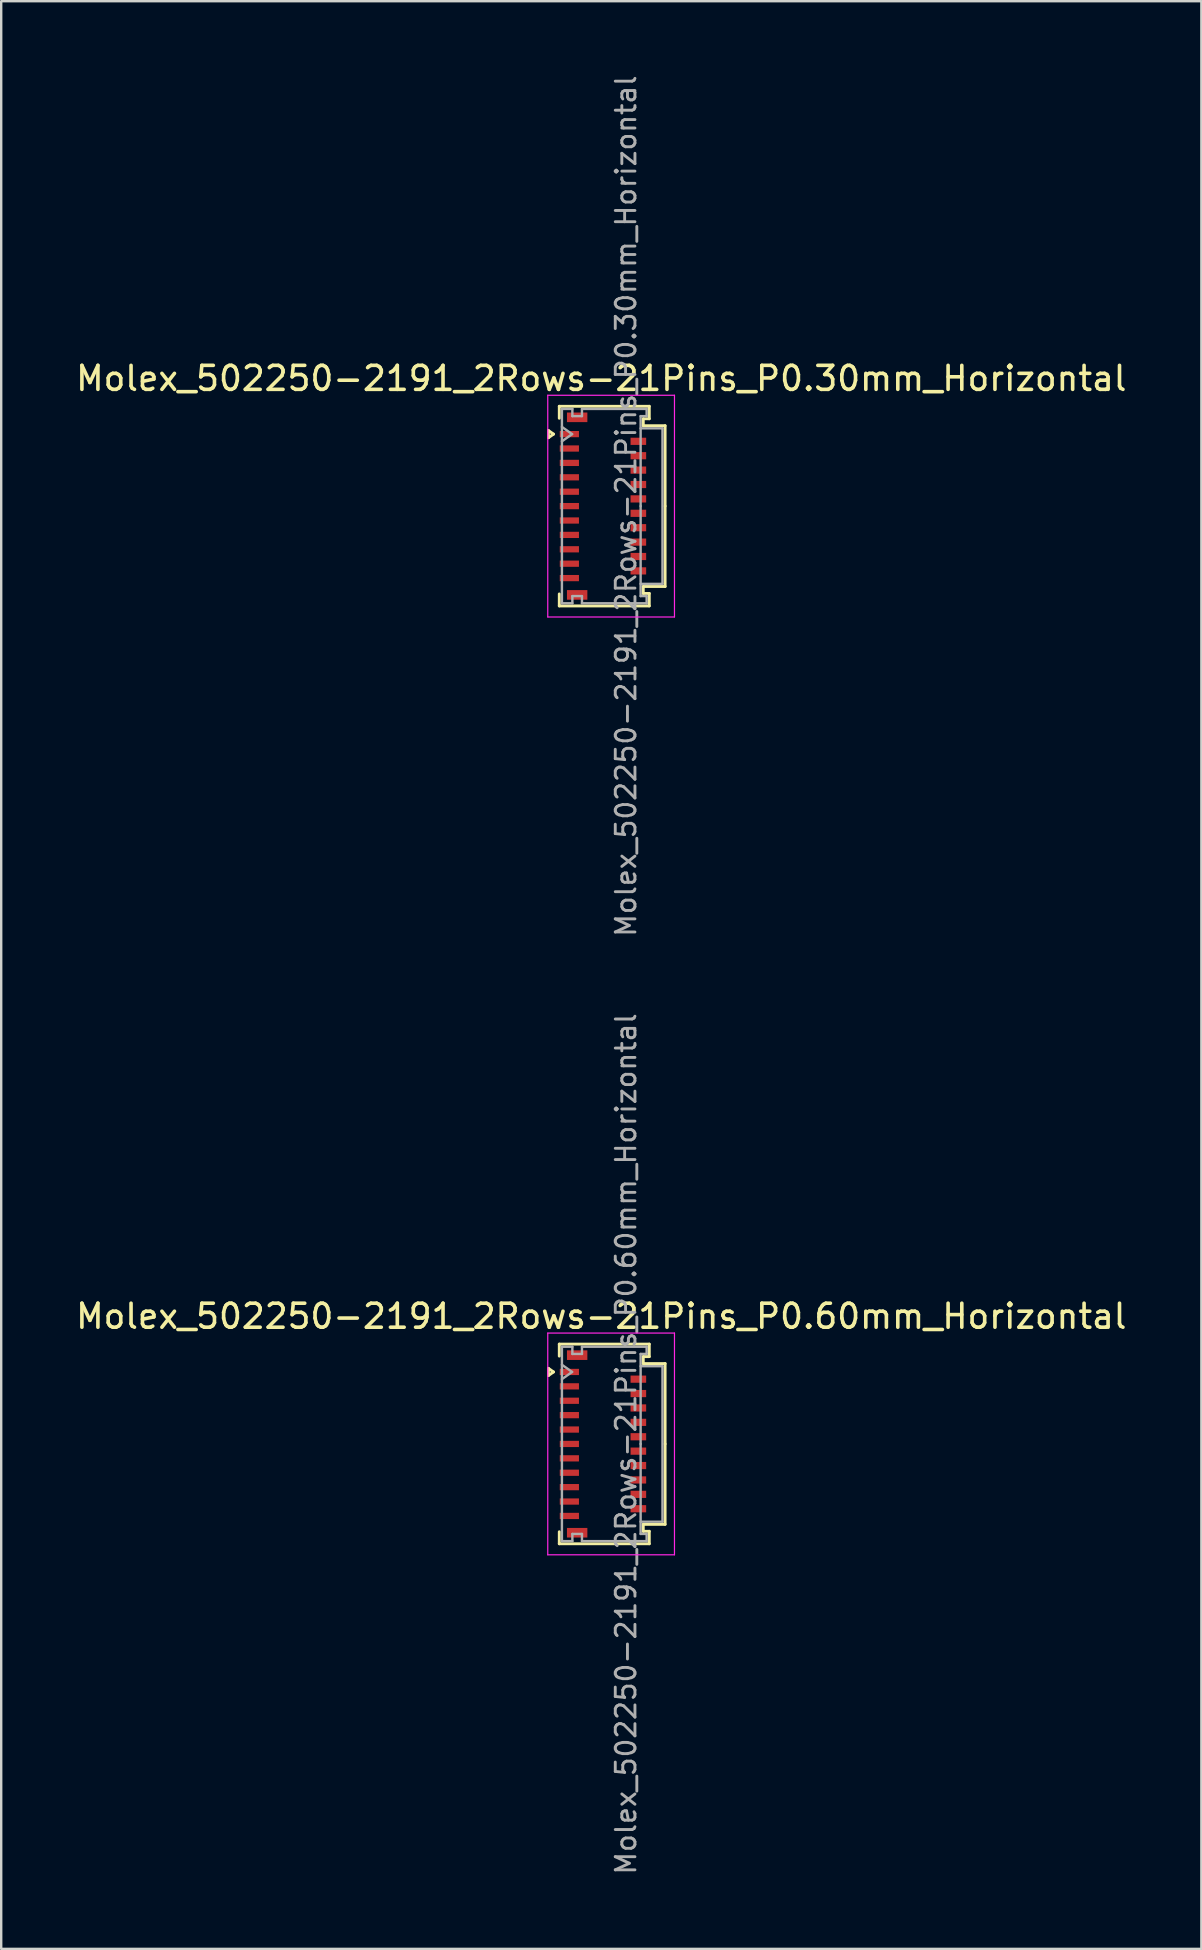
<source format=kicad_pcb>
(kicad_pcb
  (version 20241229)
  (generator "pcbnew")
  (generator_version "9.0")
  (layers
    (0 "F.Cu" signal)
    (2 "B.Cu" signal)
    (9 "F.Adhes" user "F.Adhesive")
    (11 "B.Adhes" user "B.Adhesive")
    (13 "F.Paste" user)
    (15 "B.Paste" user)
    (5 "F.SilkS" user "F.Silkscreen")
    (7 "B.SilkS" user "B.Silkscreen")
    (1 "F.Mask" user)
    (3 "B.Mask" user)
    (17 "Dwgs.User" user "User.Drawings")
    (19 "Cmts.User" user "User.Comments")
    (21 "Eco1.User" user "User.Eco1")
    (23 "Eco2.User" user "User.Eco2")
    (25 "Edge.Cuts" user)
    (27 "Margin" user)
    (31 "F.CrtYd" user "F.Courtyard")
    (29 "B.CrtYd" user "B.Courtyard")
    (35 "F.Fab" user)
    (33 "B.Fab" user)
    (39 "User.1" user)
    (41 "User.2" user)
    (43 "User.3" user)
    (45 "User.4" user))
  (footprint "Molex_502250-2191_2Rows-21Pins_P0.60mm_Horizontal"
    (layer "F.Cu")
    (at 22.076 57.121)
    (property "Reference" "Molex_502250-2191_2Rows-21Pins_P0.60mm_Horizontal" (at -0.07 -5.32 0) (layer "F.SilkS") (effects (font (size 1 1) (thickness 0.15))))
    (attr smd)
    (fp_line (start -2.272 -3.15) (end -2.06 -3) (stroke (width 0.12) (type solid)) (layer "F.SilkS"))
    (fp_line (start -2.272 -2.85) (end -2.272 -3.15) (stroke (width 0.12) (type solid)) (layer "F.SilkS"))
    (fp_line (start -2.06 -3) (end -2.272 -2.85) (stroke (width 0.12) (type solid)) (layer "F.SilkS"))
    (fp_line (start -1.82 -4.16) (end 1.93 -4.16) (stroke (width 0.12) (type solid)) (layer "F.SilkS"))
    (fp_line (start -1.82 -3.66) (end -1.82 -4.16) (stroke (width 0.12) (type solid)) (layer "F.SilkS"))
    (fp_line (start -1.82 3.66) (end -1.82 4.16) (stroke (width 0.12) (type solid)) (layer "F.SilkS"))
    (fp_line (start -1.82 4.16) (end 1.93 4.16) (stroke (width 0.12) (type solid)) (layer "F.SilkS"))
    (fp_line (start 1.68 -3.64) (end 1.68 -3.35) (stroke (width 0.12) (type solid)) (layer "F.SilkS"))
    (fp_line (start 1.68 -3.35) (end 2.59 -3.35) (stroke (width 0.12) (type solid)) (layer "F.SilkS"))
    (fp_line (start 1.68 3.35) (end 2.59 3.35) (stroke (width 0.12) (type solid)) (layer "F.SilkS"))
    (fp_line (start 1.68 3.64) (end 1.68 3.35) (stroke (width 0.12) (type solid)) (layer "F.SilkS"))
    (fp_line (start 1.93 -4.16) (end 1.93 -3.64) (stroke (width 0.12) (type solid)) (layer "F.SilkS"))
    (fp_line (start 1.93 -3.64) (end 1.68 -3.64) (stroke (width 0.12) (type solid)) (layer "F.SilkS"))
    (fp_line (start 1.93 3.64) (end 1.68 3.64) (stroke (width 0.12) (type solid)) (layer "F.SilkS"))
    (fp_line (start 1.93 4.16) (end 1.93 3.64) (stroke (width 0.12) (type solid)) (layer "F.SilkS"))
    (fp_line (start 2.59 -3.35) (end 2.59 0) (stroke (width 0.12) (type solid)) (layer "F.SilkS"))
    (fp_line (start 2.59 3.35) (end 2.59 0) (stroke (width 0.12) (type solid)) (layer "F.SilkS"))
    (fp_line (start -2.3 -4.62) (end -2.3 4.62) (stroke (width 0.05) (type solid)) (layer "F.CrtYd"))
    (fp_line (start -2.3 4.62) (end 2.98 4.62) (stroke (width 0.05) (type solid)) (layer "F.CrtYd"))
    (fp_line (start 2.98 -4.62) (end -2.3 -4.62) (stroke (width 0.05) (type solid)) (layer "F.CrtYd"))
    (fp_line (start 2.98 4.62) (end 2.98 -4.62) (stroke (width 0.05) (type solid)) (layer "F.CrtYd"))
    (fp_line (start -1.71 -4.05) (end -1.275 -4.05) (stroke (width 0.1) (type solid)) (layer "F.Fab"))
    (fp_line (start -1.71 -3.3) (end -1.286 -3) (stroke (width 0.1) (type solid)) (layer "F.Fab"))
    (fp_line (start -1.71 0) (end -1.71 -4.05) (stroke (width 0.1) (type solid)) (layer "F.Fab"))
    (fp_line (start -1.71 0) (end -1.71 4.05) (stroke (width 0.1) (type solid)) (layer "F.Fab"))
    (fp_line (start -1.71 4.05) (end -1.275 4.05) (stroke (width 0.1) (type solid)) (layer "F.Fab"))
    (fp_line (start -1.286 -3) (end -1.71 -2.7) (stroke (width 0.1) (type solid)) (layer "F.Fab"))
    (fp_line (start -1.275 -4.05) (end -1.275 -3.75) (stroke (width 0.1) (type solid)) (layer "F.Fab"))
    (fp_line (start -1.275 -3.75) (end -0.875 -3.75) (stroke (width 0.1) (type solid)) (layer "F.Fab"))
    (fp_line (start -1.275 3.75) (end -0.875 3.75) (stroke (width 0.1) (type solid)) (layer "F.Fab"))
    (fp_line (start -1.275 4.05) (end -1.275 3.75) (stroke (width 0.1) (type solid)) (layer "F.Fab"))
    (fp_line (start -0.875 -4.05) (end 1.82 -4.05) (stroke (width 0.1) (type solid)) (layer "F.Fab"))
    (fp_line (start -0.875 -3.75) (end -0.875 -4.05) (stroke (width 0.1) (type solid)) (layer "F.Fab"))
    (fp_line (start -0.875 3.75) (end -0.875 4.05) (stroke (width 0.1) (type solid)) (layer "F.Fab"))
    (fp_line (start -0.875 4.05) (end 1.82 4.05) (stroke (width 0.1) (type solid)) (layer "F.Fab"))
    (fp_line (start 1.57 -3.75) (end 1.57 0) (stroke (width 0.1) (type solid)) (layer "F.Fab"))
    (fp_line (start 1.57 -3.24) (end 2.48 -3.24) (stroke (width 0.1) (type solid)) (layer "F.Fab"))
    (fp_line (start 1.57 3.75) (end 1.57 0) (stroke (width 0.1) (type solid)) (layer "F.Fab"))
    (fp_line (start 1.82 -4.05) (end 1.82 -3.75) (stroke (width 0.1) (type solid)) (layer "F.Fab"))
    (fp_line (start 1.82 -3.75) (end 1.57 -3.75) (stroke (width 0.1) (type solid)) (layer "F.Fab"))
    (fp_line (start 1.82 3.75) (end 1.57 3.75) (stroke (width 0.1) (type solid)) (layer "F.Fab"))
    (fp_line (start 1.82 4.05) (end 1.82 3.75) (stroke (width 0.1) (type solid)) (layer "F.Fab"))
    (fp_line (start 2.48 -3.24) (end 2.48 3.24) (stroke (width 0.1) (type solid)) (layer "F.Fab"))
    (fp_line (start 2.48 3.24) (end 1.57 3.24) (stroke (width 0.1) (type solid)) (layer "F.Fab"))
    (fp_text user "${REFERENCE}" (at 0.96 0 90) (layer "F.Fab") (effects (font (size 0.82 0.82) (thickness 0.12))))
    (pad "" smd rect (at -1.075 -3.7) (size 0.85 0.4) (layers "F.Cu" "F.Mask" "F.Paste"))
    (pad "" smd rect (at -1.075 3.7) (size 0.85 0.4) (layers "F.Cu" "F.Mask" "F.Paste"))
    (pad "1" smd rect (at -1.4 -3) (size 0.8 0.26) (layers "F.Cu" "F.Mask" "F.Paste"))
    (pad "2" smd rect (at 1.475 -2.7) (size 0.65 0.3) (layers "F.Cu" "F.Mask" "F.Paste"))
    (pad "3" smd rect (at -1.4 -2.4) (size 0.8 0.26) (layers "F.Cu" "F.Mask" "F.Paste"))
    (pad "4" smd rect (at 1.475 -2.1) (size 0.65 0.3) (layers "F.Cu" "F.Mask" "F.Paste"))
    (pad "5" smd rect (at -1.4 -1.8) (size 0.8 0.26) (layers "F.Cu" "F.Mask" "F.Paste"))
    (pad "6" smd rect (at 1.475 -1.5) (size 0.65 0.3) (layers "F.Cu" "F.Mask" "F.Paste"))
    (pad "7" smd rect (at -1.4 -1.2) (size 0.8 0.26) (layers "F.Cu" "F.Mask" "F.Paste"))
    (pad "8" smd rect (at 1.475 -0.9) (size 0.65 0.3) (layers "F.Cu" "F.Mask" "F.Paste"))
    (pad "9" smd rect (at -1.4 -0.6) (size 0.8 0.26) (layers "F.Cu" "F.Mask" "F.Paste"))
    (pad "10" smd rect (at 1.475 -0.3) (size 0.65 0.3) (layers "F.Cu" "F.Mask" "F.Paste"))
    (pad "11" smd rect (at -1.4 0) (size 0.8 0.26) (layers "F.Cu" "F.Mask" "F.Paste"))
    (pad "12" smd rect (at 1.475 0.3) (size 0.65 0.3) (layers "F.Cu" "F.Mask" "F.Paste"))
    (pad "13" smd rect (at -1.4 0.6) (size 0.8 0.26) (layers "F.Cu" "F.Mask" "F.Paste"))
    (pad "14" smd rect (at 1.475 0.9) (size 0.65 0.3) (layers "F.Cu" "F.Mask" "F.Paste"))
    (pad "15" smd rect (at -1.4 1.2) (size 0.8 0.26) (layers "F.Cu" "F.Mask" "F.Paste"))
    (pad "16" smd rect (at 1.475 1.5) (size 0.65 0.3) (layers "F.Cu" "F.Mask" "F.Paste"))
    (pad "17" smd rect (at -1.4 1.8) (size 0.8 0.26) (layers "F.Cu" "F.Mask" "F.Paste"))
    (pad "18" smd rect (at 1.475 2.1) (size 0.65 0.3) (layers "F.Cu" "F.Mask" "F.Paste"))
    (pad "19" smd rect (at -1.4 2.4) (size 0.8 0.26) (layers "F.Cu" "F.Mask" "F.Paste"))
    (pad "20" smd rect (at 1.475 2.7) (size 0.65 0.3) (layers "F.Cu" "F.Mask" "F.Paste"))
    (pad "21" smd rect (at -1.4 3) (size 0.8 0.26) (layers "F.Cu" "F.Mask" "F.Paste")))
  (footprint "Molex_502250-2191_2Rows-21Pins_P0.30mm_Horizontal"
    (layer "F.Cu")
    (at 22.076 18.04)
    (property "Reference" "Molex_502250-2191_2Rows-21Pins_P0.30mm_Horizontal" (at -0.07 -5.32 0) (layer "F.SilkS") (effects (font (size 1 1) (thickness 0.15))))
    (attr smd)
    (fp_line (start -2.272 -3.15) (end -2.06 -3) (stroke (width 0.12) (type solid)) (layer "F.SilkS"))
    (fp_line (start -2.272 -2.85) (end -2.272 -3.15) (stroke (width 0.12) (type solid)) (layer "F.SilkS"))
    (fp_line (start -2.06 -3) (end -2.272 -2.85) (stroke (width 0.12) (type solid)) (layer "F.SilkS"))
    (fp_line (start -1.82 -4.16) (end 1.93 -4.16) (stroke (width 0.12) (type solid)) (layer "F.SilkS"))
    (fp_line (start -1.82 -3.66) (end -1.82 -4.16) (stroke (width 0.12) (type solid)) (layer "F.SilkS"))
    (fp_line (start -1.82 3.66) (end -1.82 4.16) (stroke (width 0.12) (type solid)) (layer "F.SilkS"))
    (fp_line (start -1.82 4.16) (end 1.93 4.16) (stroke (width 0.12) (type solid)) (layer "F.SilkS"))
    (fp_line (start 1.68 -3.64) (end 1.68 -3.35) (stroke (width 0.12) (type solid)) (layer "F.SilkS"))
    (fp_line (start 1.68 -3.35) (end 2.59 -3.35) (stroke (width 0.12) (type solid)) (layer "F.SilkS"))
    (fp_line (start 1.68 3.35) (end 2.59 3.35) (stroke (width 0.12) (type solid)) (layer "F.SilkS"))
    (fp_line (start 1.68 3.64) (end 1.68 3.35) (stroke (width 0.12) (type solid)) (layer "F.SilkS"))
    (fp_line (start 1.93 -4.16) (end 1.93 -3.64) (stroke (width 0.12) (type solid)) (layer "F.SilkS"))
    (fp_line (start 1.93 -3.64) (end 1.68 -3.64) (stroke (width 0.12) (type solid)) (layer "F.SilkS"))
    (fp_line (start 1.93 3.64) (end 1.68 3.64) (stroke (width 0.12) (type solid)) (layer "F.SilkS"))
    (fp_line (start 1.93 4.16) (end 1.93 3.64) (stroke (width 0.12) (type solid)) (layer "F.SilkS"))
    (fp_line (start 2.59 -3.35) (end 2.59 0) (stroke (width 0.12) (type solid)) (layer "F.SilkS"))
    (fp_line (start 2.59 3.35) (end 2.59 0) (stroke (width 0.12) (type solid)) (layer "F.SilkS"))
    (fp_line (start -2.3 -4.62) (end -2.3 4.62) (stroke (width 0.05) (type solid)) (layer "F.CrtYd"))
    (fp_line (start -2.3 4.62) (end 2.98 4.62) (stroke (width 0.05) (type solid)) (layer "F.CrtYd"))
    (fp_line (start 2.98 -4.62) (end -2.3 -4.62) (stroke (width 0.05) (type solid)) (layer "F.CrtYd"))
    (fp_line (start 2.98 4.62) (end 2.98 -4.62) (stroke (width 0.05) (type solid)) (layer "F.CrtYd"))
    (fp_line (start -1.71 -4.05) (end -1.275 -4.05) (stroke (width 0.1) (type solid)) (layer "F.Fab"))
    (fp_line (start -1.71 -3.3) (end -1.286 -3) (stroke (width 0.1) (type solid)) (layer "F.Fab"))
    (fp_line (start -1.71 0) (end -1.71 -4.05) (stroke (width 0.1) (type solid)) (layer "F.Fab"))
    (fp_line (start -1.71 0) (end -1.71 4.05) (stroke (width 0.1) (type solid)) (layer "F.Fab"))
    (fp_line (start -1.71 4.05) (end -1.275 4.05) (stroke (width 0.1) (type solid)) (layer "F.Fab"))
    (fp_line (start -1.286 -3) (end -1.71 -2.7) (stroke (width 0.1) (type solid)) (layer "F.Fab"))
    (fp_line (start -1.275 -4.05) (end -1.275 -3.75) (stroke (width 0.1) (type solid)) (layer "F.Fab"))
    (fp_line (start -1.275 -3.75) (end -0.875 -3.75) (stroke (width 0.1) (type solid)) (layer "F.Fab"))
    (fp_line (start -1.275 3.75) (end -0.875 3.75) (stroke (width 0.1) (type solid)) (layer "F.Fab"))
    (fp_line (start -1.275 4.05) (end -1.275 3.75) (stroke (width 0.1) (type solid)) (layer "F.Fab"))
    (fp_line (start -0.875 -4.05) (end 1.82 -4.05) (stroke (width 0.1) (type solid)) (layer "F.Fab"))
    (fp_line (start -0.875 -3.75) (end -0.875 -4.05) (stroke (width 0.1) (type solid)) (layer "F.Fab"))
    (fp_line (start -0.875 3.75) (end -0.875 4.05) (stroke (width 0.1) (type solid)) (layer "F.Fab"))
    (fp_line (start -0.875 4.05) (end 1.82 4.05) (stroke (width 0.1) (type solid)) (layer "F.Fab"))
    (fp_line (start 1.57 -3.75) (end 1.57 0) (stroke (width 0.1) (type solid)) (layer "F.Fab"))
    (fp_line (start 1.57 -3.24) (end 2.48 -3.24) (stroke (width 0.1) (type solid)) (layer "F.Fab"))
    (fp_line (start 1.57 3.75) (end 1.57 0) (stroke (width 0.1) (type solid)) (layer "F.Fab"))
    (fp_line (start 1.82 -4.05) (end 1.82 -3.75) (stroke (width 0.1) (type solid)) (layer "F.Fab"))
    (fp_line (start 1.82 -3.75) (end 1.57 -3.75) (stroke (width 0.1) (type solid)) (layer "F.Fab"))
    (fp_line (start 1.82 3.75) (end 1.57 3.75) (stroke (width 0.1) (type solid)) (layer "F.Fab"))
    (fp_line (start 1.82 4.05) (end 1.82 3.75) (stroke (width 0.1) (type solid)) (layer "F.Fab"))
    (fp_line (start 2.48 -3.24) (end 2.48 3.24) (stroke (width 0.1) (type solid)) (layer "F.Fab"))
    (fp_line (start 2.48 3.24) (end 1.57 3.24) (stroke (width 0.1) (type solid)) (layer "F.Fab"))
    (fp_text user "${REFERENCE}" (at 0.96 0 90) (layer "F.Fab") (effects (font (size 0.82 0.82) (thickness 0.12))))
    (pad "" smd rect (at -1.075 -3.7) (size 0.85 0.4) (layers "F.Cu" "F.Mask" "F.Paste"))
    (pad "" smd rect (at -1.075 3.7) (size 0.85 0.4) (layers "F.Cu" "F.Mask" "F.Paste"))
    (pad "1" smd rect (at -1.4 -3) (size 0.8 0.26) (layers "F.Cu" "F.Mask" "F.Paste"))
    (pad "2" smd rect (at 1.475 -2.7) (size 0.65 0.3) (layers "F.Cu" "F.Mask" "F.Paste"))
    (pad "3" smd rect (at -1.4 -2.4) (size 0.8 0.26) (layers "F.Cu" "F.Mask" "F.Paste"))
    (pad "4" smd rect (at 1.475 -2.1) (size 0.65 0.3) (layers "F.Cu" "F.Mask" "F.Paste"))
    (pad "5" smd rect (at -1.4 -1.8) (size 0.8 0.26) (layers "F.Cu" "F.Mask" "F.Paste"))
    (pad "6" smd rect (at 1.475 -1.5) (size 0.65 0.3) (layers "F.Cu" "F.Mask" "F.Paste"))
    (pad "7" smd rect (at -1.4 -1.2) (size 0.8 0.26) (layers "F.Cu" "F.Mask" "F.Paste"))
    (pad "8" smd rect (at 1.475 -0.9) (size 0.65 0.3) (layers "F.Cu" "F.Mask" "F.Paste"))
    (pad "9" smd rect (at -1.4 -0.6) (size 0.8 0.26) (layers "F.Cu" "F.Mask" "F.Paste"))
    (pad "10" smd rect (at 1.475 -0.3) (size 0.65 0.3) (layers "F.Cu" "F.Mask" "F.Paste"))
    (pad "11" smd rect (at -1.4 0) (size 0.8 0.26) (layers "F.Cu" "F.Mask" "F.Paste"))
    (pad "12" smd rect (at 1.475 0.3) (size 0.65 0.3) (layers "F.Cu" "F.Mask" "F.Paste"))
    (pad "13" smd rect (at -1.4 0.6) (size 0.8 0.26) (layers "F.Cu" "F.Mask" "F.Paste"))
    (pad "14" smd rect (at 1.475 0.9) (size 0.65 0.3) (layers "F.Cu" "F.Mask" "F.Paste"))
    (pad "15" smd rect (at -1.4 1.2) (size 0.8 0.26) (layers "F.Cu" "F.Mask" "F.Paste"))
    (pad "16" smd rect (at 1.475 1.5) (size 0.65 0.3) (layers "F.Cu" "F.Mask" "F.Paste"))
    (pad "17" smd rect (at -1.4 1.8) (size 0.8 0.26) (layers "F.Cu" "F.Mask" "F.Paste"))
    (pad "18" smd rect (at 1.475 2.1) (size 0.65 0.3) (layers "F.Cu" "F.Mask" "F.Paste"))
    (pad "19" smd rect (at -1.4 2.4) (size 0.8 0.26) (layers "F.Cu" "F.Mask" "F.Paste"))
    (pad "20" smd rect (at 1.475 2.7) (size 0.65 0.3) (layers "F.Cu" "F.Mask" "F.Paste"))
    (pad "21" smd rect (at -1.4 3) (size 0.8 0.26) (layers "F.Cu" "F.Mask" "F.Paste")))
  (gr_rect
    (start -3 -3)
    (end 47.012 78.162)
    (stroke (width 0.1) (type default))
    (fill no)
    (layer "Edge.Cuts")))
</source>
